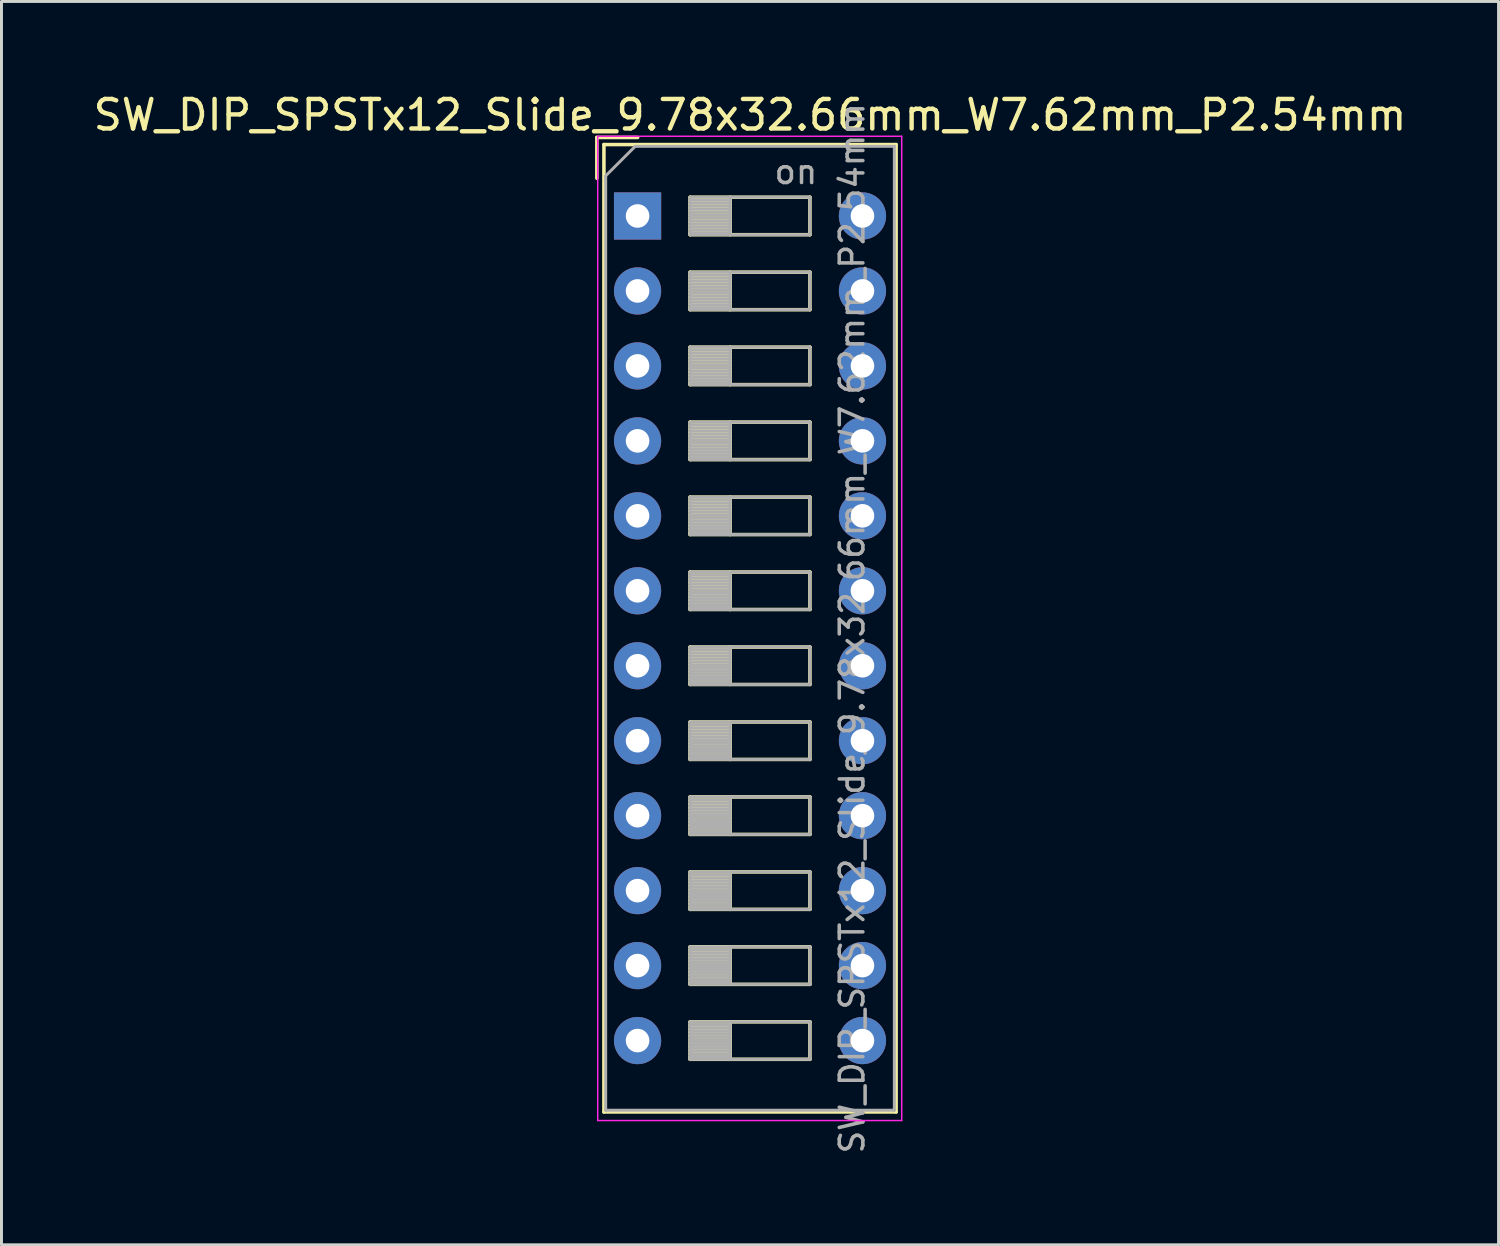
<source format=kicad_pcb>
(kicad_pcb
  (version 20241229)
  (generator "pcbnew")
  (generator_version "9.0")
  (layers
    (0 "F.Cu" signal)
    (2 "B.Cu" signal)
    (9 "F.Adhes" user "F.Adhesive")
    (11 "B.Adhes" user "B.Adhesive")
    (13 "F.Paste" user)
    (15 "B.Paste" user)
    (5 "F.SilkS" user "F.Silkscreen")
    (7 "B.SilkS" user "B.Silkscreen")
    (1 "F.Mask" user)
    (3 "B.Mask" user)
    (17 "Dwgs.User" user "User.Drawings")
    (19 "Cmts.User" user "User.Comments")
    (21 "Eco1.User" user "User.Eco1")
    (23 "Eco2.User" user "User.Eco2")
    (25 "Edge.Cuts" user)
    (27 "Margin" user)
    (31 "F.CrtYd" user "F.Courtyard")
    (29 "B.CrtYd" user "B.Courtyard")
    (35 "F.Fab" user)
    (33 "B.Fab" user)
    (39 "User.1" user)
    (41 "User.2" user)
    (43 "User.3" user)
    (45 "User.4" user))
  (footprint "SW_DIP_SPSTx12_Slide_9.78x32.66mm_W7.62mm_P2.54mm"
    (layer "F.Cu")
    (at 18.553 4.268)
    (property "Reference" "SW_DIP_SPSTx12_Slide_9.78x32.66mm_W7.62mm_P2.54mm" (at 3.81 -3.42 0) (layer "F.SilkS") (effects (font (size 1 1) (thickness 0.15))))
    (attr through_hole)
    (fp_line (start -1.38 -2.66) (end -1.38 -1.277) (stroke (width 0.12) (type solid)) (layer "F.SilkS"))
    (fp_line (start -1.38 -2.66) (end 0.004 -2.66) (stroke (width 0.12) (type solid)) (layer "F.SilkS"))
    (fp_line (start -1.14 -2.42) (end -1.14 30.36) (stroke (width 0.12) (type solid)) (layer "F.SilkS"))
    (fp_line (start -1.14 -2.42) (end 8.76 -2.42) (stroke (width 0.12) (type solid)) (layer "F.SilkS"))
    (fp_line (start -1.14 30.36) (end 8.76 30.36) (stroke (width 0.12) (type solid)) (layer "F.SilkS"))
    (fp_line (start 1.78 -0.635) (end 1.78 0.635) (stroke (width 0.12) (type solid)) (layer "F.SilkS"))
    (fp_line (start 1.78 -0.515) (end 3.133 -0.515) (stroke (width 0.12) (type solid)) (layer "F.SilkS"))
    (fp_line (start 1.78 -0.395) (end 3.133 -0.395) (stroke (width 0.12) (type solid)) (layer "F.SilkS"))
    (fp_line (start 1.78 -0.275) (end 3.133 -0.275) (stroke (width 0.12) (type solid)) (layer "F.SilkS"))
    (fp_line (start 1.78 -0.155) (end 3.133 -0.155) (stroke (width 0.12) (type solid)) (layer "F.SilkS"))
    (fp_line (start 1.78 -0.035) (end 3.133 -0.035) (stroke (width 0.12) (type solid)) (layer "F.SilkS"))
    (fp_line (start 1.78 0.085) (end 3.133 0.085) (stroke (width 0.12) (type solid)) (layer "F.SilkS"))
    (fp_line (start 1.78 0.205) (end 3.133 0.205) (stroke (width 0.12) (type solid)) (layer "F.SilkS"))
    (fp_line (start 1.78 0.325) (end 3.133 0.325) (stroke (width 0.12) (type solid)) (layer "F.SilkS"))
    (fp_line (start 1.78 0.445) (end 3.133 0.445) (stroke (width 0.12) (type solid)) (layer "F.SilkS"))
    (fp_line (start 1.78 0.565) (end 3.133 0.565) (stroke (width 0.12) (type solid)) (layer "F.SilkS"))
    (fp_line (start 1.78 0.635) (end 5.84 0.635) (stroke (width 0.12) (type solid)) (layer "F.SilkS"))
    (fp_line (start 1.78 1.905) (end 1.78 3.175) (stroke (width 0.12) (type solid)) (layer "F.SilkS"))
    (fp_line (start 1.78 2.025) (end 3.133 2.025) (stroke (width 0.12) (type solid)) (layer "F.SilkS"))
    (fp_line (start 1.78 2.145) (end 3.133 2.145) (stroke (width 0.12) (type solid)) (layer "F.SilkS"))
    (fp_line (start 1.78 2.265) (end 3.133 2.265) (stroke (width 0.12) (type solid)) (layer "F.SilkS"))
    (fp_line (start 1.78 2.385) (end 3.133 2.385) (stroke (width 0.12) (type solid)) (layer "F.SilkS"))
    (fp_line (start 1.78 2.505) (end 3.133 2.505) (stroke (width 0.12) (type solid)) (layer "F.SilkS"))
    (fp_line (start 1.78 2.625) (end 3.133 2.625) (stroke (width 0.12) (type solid)) (layer "F.SilkS"))
    (fp_line (start 1.78 2.745) (end 3.133 2.745) (stroke (width 0.12) (type solid)) (layer "F.SilkS"))
    (fp_line (start 1.78 2.865) (end 3.133 2.865) (stroke (width 0.12) (type solid)) (layer "F.SilkS"))
    (fp_line (start 1.78 2.985) (end 3.133 2.985) (stroke (width 0.12) (type solid)) (layer "F.SilkS"))
    (fp_line (start 1.78 3.105) (end 3.133 3.105) (stroke (width 0.12) (type solid)) (layer "F.SilkS"))
    (fp_line (start 1.78 3.175) (end 5.84 3.175) (stroke (width 0.12) (type solid)) (layer "F.SilkS"))
    (fp_line (start 1.78 4.445) (end 1.78 5.715) (stroke (width 0.12) (type solid)) (layer "F.SilkS"))
    (fp_line (start 1.78 4.565) (end 3.133 4.565) (stroke (width 0.12) (type solid)) (layer "F.SilkS"))
    (fp_line (start 1.78 4.685) (end 3.133 4.685) (stroke (width 0.12) (type solid)) (layer "F.SilkS"))
    (fp_line (start 1.78 4.805) (end 3.133 4.805) (stroke (width 0.12) (type solid)) (layer "F.SilkS"))
    (fp_line (start 1.78 4.925) (end 3.133 4.925) (stroke (width 0.12) (type solid)) (layer "F.SilkS"))
    (fp_line (start 1.78 5.045) (end 3.133 5.045) (stroke (width 0.12) (type solid)) (layer "F.SilkS"))
    (fp_line (start 1.78 5.165) (end 3.133 5.165) (stroke (width 0.12) (type solid)) (layer "F.SilkS"))
    (fp_line (start 1.78 5.285) (end 3.133 5.285) (stroke (width 0.12) (type solid)) (layer "F.SilkS"))
    (fp_line (start 1.78 5.405) (end 3.133 5.405) (stroke (width 0.12) (type solid)) (layer "F.SilkS"))
    (fp_line (start 1.78 5.525) (end 3.133 5.525) (stroke (width 0.12) (type solid)) (layer "F.SilkS"))
    (fp_line (start 1.78 5.645) (end 3.133 5.645) (stroke (width 0.12) (type solid)) (layer "F.SilkS"))
    (fp_line (start 1.78 5.715) (end 5.84 5.715) (stroke (width 0.12) (type solid)) (layer "F.SilkS"))
    (fp_line (start 1.78 6.985) (end 1.78 8.255) (stroke (width 0.12) (type solid)) (layer "F.SilkS"))
    (fp_line (start 1.78 7.105) (end 3.133 7.105) (stroke (width 0.12) (type solid)) (layer "F.SilkS"))
    (fp_line (start 1.78 7.225) (end 3.133 7.225) (stroke (width 0.12) (type solid)) (layer "F.SilkS"))
    (fp_line (start 1.78 7.345) (end 3.133 7.345) (stroke (width 0.12) (type solid)) (layer "F.SilkS"))
    (fp_line (start 1.78 7.465) (end 3.133 7.465) (stroke (width 0.12) (type solid)) (layer "F.SilkS"))
    (fp_line (start 1.78 7.585) (end 3.133 7.585) (stroke (width 0.12) (type solid)) (layer "F.SilkS"))
    (fp_line (start 1.78 7.705) (end 3.133 7.705) (stroke (width 0.12) (type solid)) (layer "F.SilkS"))
    (fp_line (start 1.78 7.825) (end 3.133 7.825) (stroke (width 0.12) (type solid)) (layer "F.SilkS"))
    (fp_line (start 1.78 7.945) (end 3.133 7.945) (stroke (width 0.12) (type solid)) (layer "F.SilkS"))
    (fp_line (start 1.78 8.065) (end 3.133 8.065) (stroke (width 0.12) (type solid)) (layer "F.SilkS"))
    (fp_line (start 1.78 8.185) (end 3.133 8.185) (stroke (width 0.12) (type solid)) (layer "F.SilkS"))
    (fp_line (start 1.78 8.255) (end 5.84 8.255) (stroke (width 0.12) (type solid)) (layer "F.SilkS"))
    (fp_line (start 1.78 9.525) (end 1.78 10.795) (stroke (width 0.12) (type solid)) (layer "F.SilkS"))
    (fp_line (start 1.78 9.645) (end 3.133 9.645) (stroke (width 0.12) (type solid)) (layer "F.SilkS"))
    (fp_line (start 1.78 9.765) (end 3.133 9.765) (stroke (width 0.12) (type solid)) (layer "F.SilkS"))
    (fp_line (start 1.78 9.885) (end 3.133 9.885) (stroke (width 0.12) (type solid)) (layer "F.SilkS"))
    (fp_line (start 1.78 10.005) (end 3.133 10.005) (stroke (width 0.12) (type solid)) (layer "F.SilkS"))
    (fp_line (start 1.78 10.125) (end 3.133 10.125) (stroke (width 0.12) (type solid)) (layer "F.SilkS"))
    (fp_line (start 1.78 10.245) (end 3.133 10.245) (stroke (width 0.12) (type solid)) (layer "F.SilkS"))
    (fp_line (start 1.78 10.365) (end 3.133 10.365) (stroke (width 0.12) (type solid)) (layer "F.SilkS"))
    (fp_line (start 1.78 10.485) (end 3.133 10.485) (stroke (width 0.12) (type solid)) (layer "F.SilkS"))
    (fp_line (start 1.78 10.605) (end 3.133 10.605) (stroke (width 0.12) (type solid)) (layer "F.SilkS"))
    (fp_line (start 1.78 10.725) (end 3.133 10.725) (stroke (width 0.12) (type solid)) (layer "F.SilkS"))
    (fp_line (start 1.78 10.795) (end 5.84 10.795) (stroke (width 0.12) (type solid)) (layer "F.SilkS"))
    (fp_line (start 1.78 12.065) (end 1.78 13.335) (stroke (width 0.12) (type solid)) (layer "F.SilkS"))
    (fp_line (start 1.78 12.185) (end 3.133 12.185) (stroke (width 0.12) (type solid)) (layer "F.SilkS"))
    (fp_line (start 1.78 12.305) (end 3.133 12.305) (stroke (width 0.12) (type solid)) (layer "F.SilkS"))
    (fp_line (start 1.78 12.425) (end 3.133 12.425) (stroke (width 0.12) (type solid)) (layer "F.SilkS"))
    (fp_line (start 1.78 12.545) (end 3.133 12.545) (stroke (width 0.12) (type solid)) (layer "F.SilkS"))
    (fp_line (start 1.78 12.665) (end 3.133 12.665) (stroke (width 0.12) (type solid)) (layer "F.SilkS"))
    (fp_line (start 1.78 12.785) (end 3.133 12.785) (stroke (width 0.12) (type solid)) (layer "F.SilkS"))
    (fp_line (start 1.78 12.905) (end 3.133 12.905) (stroke (width 0.12) (type solid)) (layer "F.SilkS"))
    (fp_line (start 1.78 13.025) (end 3.133 13.025) (stroke (width 0.12) (type solid)) (layer "F.SilkS"))
    (fp_line (start 1.78 13.145) (end 3.133 13.145) (stroke (width 0.12) (type solid)) (layer "F.SilkS"))
    (fp_line (start 1.78 13.265) (end 3.133 13.265) (stroke (width 0.12) (type solid)) (layer "F.SilkS"))
    (fp_line (start 1.78 13.335) (end 5.84 13.335) (stroke (width 0.12) (type solid)) (layer "F.SilkS"))
    (fp_line (start 1.78 14.605) (end 1.78 15.875) (stroke (width 0.12) (type solid)) (layer "F.SilkS"))
    (fp_line (start 1.78 14.725) (end 3.133 14.725) (stroke (width 0.12) (type solid)) (layer "F.SilkS"))
    (fp_line (start 1.78 14.845) (end 3.133 14.845) (stroke (width 0.12) (type solid)) (layer "F.SilkS"))
    (fp_line (start 1.78 14.965) (end 3.133 14.965) (stroke (width 0.12) (type solid)) (layer "F.SilkS"))
    (fp_line (start 1.78 15.085) (end 3.133 15.085) (stroke (width 0.12) (type solid)) (layer "F.SilkS"))
    (fp_line (start 1.78 15.205) (end 3.133 15.205) (stroke (width 0.12) (type solid)) (layer "F.SilkS"))
    (fp_line (start 1.78 15.325) (end 3.133 15.325) (stroke (width 0.12) (type solid)) (layer "F.SilkS"))
    (fp_line (start 1.78 15.445) (end 3.133 15.445) (stroke (width 0.12) (type solid)) (layer "F.SilkS"))
    (fp_line (start 1.78 15.565) (end 3.133 15.565) (stroke (width 0.12) (type solid)) (layer "F.SilkS"))
    (fp_line (start 1.78 15.685) (end 3.133 15.685) (stroke (width 0.12) (type solid)) (layer "F.SilkS"))
    (fp_line (start 1.78 15.805) (end 3.133 15.805) (stroke (width 0.12) (type solid)) (layer "F.SilkS"))
    (fp_line (start 1.78 15.875) (end 5.84 15.875) (stroke (width 0.12) (type solid)) (layer "F.SilkS"))
    (fp_line (start 1.78 17.145) (end 1.78 18.415) (stroke (width 0.12) (type solid)) (layer "F.SilkS"))
    (fp_line (start 1.78 17.265) (end 3.133 17.265) (stroke (width 0.12) (type solid)) (layer "F.SilkS"))
    (fp_line (start 1.78 17.385) (end 3.133 17.385) (stroke (width 0.12) (type solid)) (layer "F.SilkS"))
    (fp_line (start 1.78 17.505) (end 3.133 17.505) (stroke (width 0.12) (type solid)) (layer "F.SilkS"))
    (fp_line (start 1.78 17.625) (end 3.133 17.625) (stroke (width 0.12) (type solid)) (layer "F.SilkS"))
    (fp_line (start 1.78 17.745) (end 3.133 17.745) (stroke (width 0.12) (type solid)) (layer "F.SilkS"))
    (fp_line (start 1.78 17.865) (end 3.133 17.865) (stroke (width 0.12) (type solid)) (layer "F.SilkS"))
    (fp_line (start 1.78 17.985) (end 3.133 17.985) (stroke (width 0.12) (type solid)) (layer "F.SilkS"))
    (fp_line (start 1.78 18.105) (end 3.133 18.105) (stroke (width 0.12) (type solid)) (layer "F.SilkS"))
    (fp_line (start 1.78 18.225) (end 3.133 18.225) (stroke (width 0.12) (type solid)) (layer "F.SilkS"))
    (fp_line (start 1.78 18.345) (end 3.133 18.345) (stroke (width 0.12) (type solid)) (layer "F.SilkS"))
    (fp_line (start 1.78 18.415) (end 5.84 18.415) (stroke (width 0.12) (type solid)) (layer "F.SilkS"))
    (fp_line (start 1.78 19.685) (end 1.78 20.955) (stroke (width 0.12) (type solid)) (layer "F.SilkS"))
    (fp_line (start 1.78 19.805) (end 3.133 19.805) (stroke (width 0.12) (type solid)) (layer "F.SilkS"))
    (fp_line (start 1.78 19.925) (end 3.133 19.925) (stroke (width 0.12) (type solid)) (layer "F.SilkS"))
    (fp_line (start 1.78 20.045) (end 3.133 20.045) (stroke (width 0.12) (type solid)) (layer "F.SilkS"))
    (fp_line (start 1.78 20.165) (end 3.133 20.165) (stroke (width 0.12) (type solid)) (layer "F.SilkS"))
    (fp_line (start 1.78 20.285) (end 3.133 20.285) (stroke (width 0.12) (type solid)) (layer "F.SilkS"))
    (fp_line (start 1.78 20.405) (end 3.133 20.405) (stroke (width 0.12) (type solid)) (layer "F.SilkS"))
    (fp_line (start 1.78 20.525) (end 3.133 20.525) (stroke (width 0.12) (type solid)) (layer "F.SilkS"))
    (fp_line (start 1.78 20.645) (end 3.133 20.645) (stroke (width 0.12) (type solid)) (layer "F.SilkS"))
    (fp_line (start 1.78 20.765) (end 3.133 20.765) (stroke (width 0.12) (type solid)) (layer "F.SilkS"))
    (fp_line (start 1.78 20.885) (end 3.133 20.885) (stroke (width 0.12) (type solid)) (layer "F.SilkS"))
    (fp_line (start 1.78 20.955) (end 5.84 20.955) (stroke (width 0.12) (type solid)) (layer "F.SilkS"))
    (fp_line (start 1.78 22.225) (end 1.78 23.495) (stroke (width 0.12) (type solid)) (layer "F.SilkS"))
    (fp_line (start 1.78 22.345) (end 3.133 22.345) (stroke (width 0.12) (type solid)) (layer "F.SilkS"))
    (fp_line (start 1.78 22.465) (end 3.133 22.465) (stroke (width 0.12) (type solid)) (layer "F.SilkS"))
    (fp_line (start 1.78 22.585) (end 3.133 22.585) (stroke (width 0.12) (type solid)) (layer "F.SilkS"))
    (fp_line (start 1.78 22.705) (end 3.133 22.705) (stroke (width 0.12) (type solid)) (layer "F.SilkS"))
    (fp_line (start 1.78 22.825) (end 3.133 22.825) (stroke (width 0.12) (type solid)) (layer "F.SilkS"))
    (fp_line (start 1.78 22.945) (end 3.133 22.945) (stroke (width 0.12) (type solid)) (layer "F.SilkS"))
    (fp_line (start 1.78 23.065) (end 3.133 23.065) (stroke (width 0.12) (type solid)) (layer "F.SilkS"))
    (fp_line (start 1.78 23.185) (end 3.133 23.185) (stroke (width 0.12) (type solid)) (layer "F.SilkS"))
    (fp_line (start 1.78 23.305) (end 3.133 23.305) (stroke (width 0.12) (type solid)) (layer "F.SilkS"))
    (fp_line (start 1.78 23.425) (end 3.133 23.425) (stroke (width 0.12) (type solid)) (layer "F.SilkS"))
    (fp_line (start 1.78 23.495) (end 5.84 23.495) (stroke (width 0.12) (type solid)) (layer "F.SilkS"))
    (fp_line (start 1.78 24.765) (end 1.78 26.035) (stroke (width 0.12) (type solid)) (layer "F.SilkS"))
    (fp_line (start 1.78 24.885) (end 3.133 24.885) (stroke (width 0.12) (type solid)) (layer "F.SilkS"))
    (fp_line (start 1.78 25.005) (end 3.133 25.005) (stroke (width 0.12) (type solid)) (layer "F.SilkS"))
    (fp_line (start 1.78 25.125) (end 3.133 25.125) (stroke (width 0.12) (type solid)) (layer "F.SilkS"))
    (fp_line (start 1.78 25.245) (end 3.133 25.245) (stroke (width 0.12) (type solid)) (layer "F.SilkS"))
    (fp_line (start 1.78 25.365) (end 3.133 25.365) (stroke (width 0.12) (type solid)) (layer "F.SilkS"))
    (fp_line (start 1.78 25.485) (end 3.133 25.485) (stroke (width 0.12) (type solid)) (layer "F.SilkS"))
    (fp_line (start 1.78 25.605) (end 3.133 25.605) (stroke (width 0.12) (type solid)) (layer "F.SilkS"))
    (fp_line (start 1.78 25.725) (end 3.133 25.725) (stroke (width 0.12) (type solid)) (layer "F.SilkS"))
    (fp_line (start 1.78 25.845) (end 3.133 25.845) (stroke (width 0.12) (type solid)) (layer "F.SilkS"))
    (fp_line (start 1.78 25.965) (end 3.133 25.965) (stroke (width 0.12) (type solid)) (layer "F.SilkS"))
    (fp_line (start 1.78 26.035) (end 5.84 26.035) (stroke (width 0.12) (type solid)) (layer "F.SilkS"))
    (fp_line (start 1.78 27.305) (end 1.78 28.575) (stroke (width 0.12) (type solid)) (layer "F.SilkS"))
    (fp_line (start 1.78 27.425) (end 3.133 27.425) (stroke (width 0.12) (type solid)) (layer "F.SilkS"))
    (fp_line (start 1.78 27.545) (end 3.133 27.545) (stroke (width 0.12) (type solid)) (layer "F.SilkS"))
    (fp_line (start 1.78 27.665) (end 3.133 27.665) (stroke (width 0.12) (type solid)) (layer "F.SilkS"))
    (fp_line (start 1.78 27.785) (end 3.133 27.785) (stroke (width 0.12) (type solid)) (layer "F.SilkS"))
    (fp_line (start 1.78 27.905) (end 3.133 27.905) (stroke (width 0.12) (type solid)) (layer "F.SilkS"))
    (fp_line (start 1.78 28.025) (end 3.133 28.025) (stroke (width 0.12) (type solid)) (layer "F.SilkS"))
    (fp_line (start 1.78 28.145) (end 3.133 28.145) (stroke (width 0.12) (type solid)) (layer "F.SilkS"))
    (fp_line (start 1.78 28.265) (end 3.133 28.265) (stroke (width 0.12) (type solid)) (layer "F.SilkS"))
    (fp_line (start 1.78 28.385) (end 3.133 28.385) (stroke (width 0.12) (type solid)) (layer "F.SilkS"))
    (fp_line (start 1.78 28.505) (end 3.133 28.505) (stroke (width 0.12) (type solid)) (layer "F.SilkS"))
    (fp_line (start 1.78 28.575) (end 5.84 28.575) (stroke (width 0.12) (type solid)) (layer "F.SilkS"))
    (fp_line (start 3.133 -0.635) (end 3.133 0.635) (stroke (width 0.12) (type solid)) (layer "F.SilkS"))
    (fp_line (start 3.133 1.905) (end 3.133 3.175) (stroke (width 0.12) (type solid)) (layer "F.SilkS"))
    (fp_line (start 3.133 4.445) (end 3.133 5.715) (stroke (width 0.12) (type solid)) (layer "F.SilkS"))
    (fp_line (start 3.133 6.985) (end 3.133 8.255) (stroke (width 0.12) (type solid)) (layer "F.SilkS"))
    (fp_line (start 3.133 9.525) (end 3.133 10.795) (stroke (width 0.12) (type solid)) (layer "F.SilkS"))
    (fp_line (start 3.133 12.065) (end 3.133 13.335) (stroke (width 0.12) (type solid)) (layer "F.SilkS"))
    (fp_line (start 3.133 14.605) (end 3.133 15.875) (stroke (width 0.12) (type solid)) (layer "F.SilkS"))
    (fp_line (start 3.133 17.145) (end 3.133 18.415) (stroke (width 0.12) (type solid)) (layer "F.SilkS"))
    (fp_line (start 3.133 19.685) (end 3.133 20.955) (stroke (width 0.12) (type solid)) (layer "F.SilkS"))
    (fp_line (start 3.133 22.225) (end 3.133 23.495) (stroke (width 0.12) (type solid)) (layer "F.SilkS"))
    (fp_line (start 3.133 24.765) (end 3.133 26.035) (stroke (width 0.12) (type solid)) (layer "F.SilkS"))
    (fp_line (start 3.133 27.305) (end 3.133 28.575) (stroke (width 0.12) (type solid)) (layer "F.SilkS"))
    (fp_line (start 5.84 -0.635) (end 1.78 -0.635) (stroke (width 0.12) (type solid)) (layer "F.SilkS"))
    (fp_line (start 5.84 0.635) (end 5.84 -0.635) (stroke (width 0.12) (type solid)) (layer "F.SilkS"))
    (fp_line (start 5.84 1.905) (end 1.78 1.905) (stroke (width 0.12) (type solid)) (layer "F.SilkS"))
    (fp_line (start 5.84 3.175) (end 5.84 1.905) (stroke (width 0.12) (type solid)) (layer "F.SilkS"))
    (fp_line (start 5.84 4.445) (end 1.78 4.445) (stroke (width 0.12) (type solid)) (layer "F.SilkS"))
    (fp_line (start 5.84 5.715) (end 5.84 4.445) (stroke (width 0.12) (type solid)) (layer "F.SilkS"))
    (fp_line (start 5.84 6.985) (end 1.78 6.985) (stroke (width 0.12) (type solid)) (layer "F.SilkS"))
    (fp_line (start 5.84 8.255) (end 5.84 6.985) (stroke (width 0.12) (type solid)) (layer "F.SilkS"))
    (fp_line (start 5.84 9.525) (end 1.78 9.525) (stroke (width 0.12) (type solid)) (layer "F.SilkS"))
    (fp_line (start 5.84 10.795) (end 5.84 9.525) (stroke (width 0.12) (type solid)) (layer "F.SilkS"))
    (fp_line (start 5.84 12.065) (end 1.78 12.065) (stroke (width 0.12) (type solid)) (layer "F.SilkS"))
    (fp_line (start 5.84 13.335) (end 5.84 12.065) (stroke (width 0.12) (type solid)) (layer "F.SilkS"))
    (fp_line (start 5.84 14.605) (end 1.78 14.605) (stroke (width 0.12) (type solid)) (layer "F.SilkS"))
    (fp_line (start 5.84 15.875) (end 5.84 14.605) (stroke (width 0.12) (type solid)) (layer "F.SilkS"))
    (fp_line (start 5.84 17.145) (end 1.78 17.145) (stroke (width 0.12) (type solid)) (layer "F.SilkS"))
    (fp_line (start 5.84 18.415) (end 5.84 17.145) (stroke (width 0.12) (type solid)) (layer "F.SilkS"))
    (fp_line (start 5.84 19.685) (end 1.78 19.685) (stroke (width 0.12) (type solid)) (layer "F.SilkS"))
    (fp_line (start 5.84 20.955) (end 5.84 19.685) (stroke (width 0.12) (type solid)) (layer "F.SilkS"))
    (fp_line (start 5.84 22.225) (end 1.78 22.225) (stroke (width 0.12) (type solid)) (layer "F.SilkS"))
    (fp_line (start 5.84 23.495) (end 5.84 22.225) (stroke (width 0.12) (type solid)) (layer "F.SilkS"))
    (fp_line (start 5.84 24.765) (end 1.78 24.765) (stroke (width 0.12) (type solid)) (layer "F.SilkS"))
    (fp_line (start 5.84 26.035) (end 5.84 24.765) (stroke (width 0.12) (type solid)) (layer "F.SilkS"))
    (fp_line (start 5.84 27.305) (end 1.78 27.305) (stroke (width 0.12) (type solid)) (layer "F.SilkS"))
    (fp_line (start 5.84 28.575) (end 5.84 27.305) (stroke (width 0.12) (type solid)) (layer "F.SilkS"))
    (fp_line (start 8.76 -2.42) (end 8.76 30.36) (stroke (width 0.12) (type solid)) (layer "F.SilkS"))
    (fp_line (start -1.35 -2.7) (end -1.35 30.65) (stroke (width 0.05) (type solid)) (layer "F.CrtYd"))
    (fp_line (start -1.35 30.65) (end 8.95 30.65) (stroke (width 0.05) (type solid)) (layer "F.CrtYd"))
    (fp_line (start 8.95 -2.7) (end -1.35 -2.7) (stroke (width 0.05) (type solid)) (layer "F.CrtYd"))
    (fp_line (start 8.95 30.65) (end 8.95 -2.7) (stroke (width 0.05) (type solid)) (layer "F.CrtYd"))
    (fp_line (start -1.08 -1.36) (end -0.08 -2.36) (stroke (width 0.1) (type solid)) (layer "F.Fab"))
    (fp_line (start -1.08 30.3) (end -1.08 -1.36) (stroke (width 0.1) (type solid)) (layer "F.Fab"))
    (fp_line (start -0.08 -2.36) (end 8.7 -2.36) (stroke (width 0.1) (type solid)) (layer "F.Fab"))
    (fp_line (start 1.78 -0.635) (end 1.78 0.635) (stroke (width 0.1) (type solid)) (layer "F.Fab"))
    (fp_line (start 1.78 -0.535) (end 3.133 -0.535) (stroke (width 0.1) (type solid)) (layer "F.Fab"))
    (fp_line (start 1.78 -0.435) (end 3.133 -0.435) (stroke (width 0.1) (type solid)) (layer "F.Fab"))
    (fp_line (start 1.78 -0.335) (end 3.133 -0.335) (stroke (width 0.1) (type solid)) (layer "F.Fab"))
    (fp_line (start 1.78 -0.235) (end 3.133 -0.235) (stroke (width 0.1) (type solid)) (layer "F.Fab"))
    (fp_line (start 1.78 -0.135) (end 3.133 -0.135) (stroke (width 0.1) (type solid)) (layer "F.Fab"))
    (fp_line (start 1.78 -0.035) (end 3.133 -0.035) (stroke (width 0.1) (type solid)) (layer "F.Fab"))
    (fp_line (start 1.78 0.065) (end 3.133 0.065) (stroke (width 0.1) (type solid)) (layer "F.Fab"))
    (fp_line (start 1.78 0.165) (end 3.133 0.165) (stroke (width 0.1) (type solid)) (layer "F.Fab"))
    (fp_line (start 1.78 0.265) (end 3.133 0.265) (stroke (width 0.1) (type solid)) (layer "F.Fab"))
    (fp_line (start 1.78 0.365) (end 3.133 0.365) (stroke (width 0.1) (type solid)) (layer "F.Fab"))
    (fp_line (start 1.78 0.465) (end 3.133 0.465) (stroke (width 0.1) (type solid)) (layer "F.Fab"))
    (fp_line (start 1.78 0.565) (end 3.133 0.565) (stroke (width 0.1) (type solid)) (layer "F.Fab"))
    (fp_line (start 1.78 0.635) (end 5.84 0.635) (stroke (width 0.1) (type solid)) (layer "F.Fab"))
    (fp_line (start 1.78 1.905) (end 1.78 3.175) (stroke (width 0.1) (type solid)) (layer "F.Fab"))
    (fp_line (start 1.78 2.005) (end 3.133 2.005) (stroke (width 0.1) (type solid)) (layer "F.Fab"))
    (fp_line (start 1.78 2.105) (end 3.133 2.105) (stroke (width 0.1) (type solid)) (layer "F.Fab"))
    (fp_line (start 1.78 2.205) (end 3.133 2.205) (stroke (width 0.1) (type solid)) (layer "F.Fab"))
    (fp_line (start 1.78 2.305) (end 3.133 2.305) (stroke (width 0.1) (type solid)) (layer "F.Fab"))
    (fp_line (start 1.78 2.405) (end 3.133 2.405) (stroke (width 0.1) (type solid)) (layer "F.Fab"))
    (fp_line (start 1.78 2.505) (end 3.133 2.505) (stroke (width 0.1) (type solid)) (layer "F.Fab"))
    (fp_line (start 1.78 2.605) (end 3.133 2.605) (stroke (width 0.1) (type solid)) (layer "F.Fab"))
    (fp_line (start 1.78 2.705) (end 3.133 2.705) (stroke (width 0.1) (type solid)) (layer "F.Fab"))
    (fp_line (start 1.78 2.805) (end 3.133 2.805) (stroke (width 0.1) (type solid)) (layer "F.Fab"))
    (fp_line (start 1.78 2.905) (end 3.133 2.905) (stroke (width 0.1) (type solid)) (layer "F.Fab"))
    (fp_line (start 1.78 3.005) (end 3.133 3.005) (stroke (width 0.1) (type solid)) (layer "F.Fab"))
    (fp_line (start 1.78 3.105) (end 3.133 3.105) (stroke (width 0.1) (type solid)) (layer "F.Fab"))
    (fp_line (start 1.78 3.175) (end 5.84 3.175) (stroke (width 0.1) (type solid)) (layer "F.Fab"))
    (fp_line (start 1.78 4.445) (end 1.78 5.715) (stroke (width 0.1) (type solid)) (layer "F.Fab"))
    (fp_line (start 1.78 4.545) (end 3.133 4.545) (stroke (width 0.1) (type solid)) (layer "F.Fab"))
    (fp_line (start 1.78 4.645) (end 3.133 4.645) (stroke (width 0.1) (type solid)) (layer "F.Fab"))
    (fp_line (start 1.78 4.745) (end 3.133 4.745) (stroke (width 0.1) (type solid)) (layer "F.Fab"))
    (fp_line (start 1.78 4.845) (end 3.133 4.845) (stroke (width 0.1) (type solid)) (layer "F.Fab"))
    (fp_line (start 1.78 4.945) (end 3.133 4.945) (stroke (width 0.1) (type solid)) (layer "F.Fab"))
    (fp_line (start 1.78 5.045) (end 3.133 5.045) (stroke (width 0.1) (type solid)) (layer "F.Fab"))
    (fp_line (start 1.78 5.145) (end 3.133 5.145) (stroke (width 0.1) (type solid)) (layer "F.Fab"))
    (fp_line (start 1.78 5.245) (end 3.133 5.245) (stroke (width 0.1) (type solid)) (layer "F.Fab"))
    (fp_line (start 1.78 5.345) (end 3.133 5.345) (stroke (width 0.1) (type solid)) (layer "F.Fab"))
    (fp_line (start 1.78 5.445) (end 3.133 5.445) (stroke (width 0.1) (type solid)) (layer "F.Fab"))
    (fp_line (start 1.78 5.545) (end 3.133 5.545) (stroke (width 0.1) (type solid)) (layer "F.Fab"))
    (fp_line (start 1.78 5.645) (end 3.133 5.645) (stroke (width 0.1) (type solid)) (layer "F.Fab"))
    (fp_line (start 1.78 5.715) (end 5.84 5.715) (stroke (width 0.1) (type solid)) (layer "F.Fab"))
    (fp_line (start 1.78 6.985) (end 1.78 8.255) (stroke (width 0.1) (type solid)) (layer "F.Fab"))
    (fp_line (start 1.78 7.085) (end 3.133 7.085) (stroke (width 0.1) (type solid)) (layer "F.Fab"))
    (fp_line (start 1.78 7.185) (end 3.133 7.185) (stroke (width 0.1) (type solid)) (layer "F.Fab"))
    (fp_line (start 1.78 7.285) (end 3.133 7.285) (stroke (width 0.1) (type solid)) (layer "F.Fab"))
    (fp_line (start 1.78 7.385) (end 3.133 7.385) (stroke (width 0.1) (type solid)) (layer "F.Fab"))
    (fp_line (start 1.78 7.485) (end 3.133 7.485) (stroke (width 0.1) (type solid)) (layer "F.Fab"))
    (fp_line (start 1.78 7.585) (end 3.133 7.585) (stroke (width 0.1) (type solid)) (layer "F.Fab"))
    (fp_line (start 1.78 7.685) (end 3.133 7.685) (stroke (width 0.1) (type solid)) (layer "F.Fab"))
    (fp_line (start 1.78 7.785) (end 3.133 7.785) (stroke (width 0.1) (type solid)) (layer "F.Fab"))
    (fp_line (start 1.78 7.885) (end 3.133 7.885) (stroke (width 0.1) (type solid)) (layer "F.Fab"))
    (fp_line (start 1.78 7.985) (end 3.133 7.985) (stroke (width 0.1) (type solid)) (layer "F.Fab"))
    (fp_line (start 1.78 8.085) (end 3.133 8.085) (stroke (width 0.1) (type solid)) (layer "F.Fab"))
    (fp_line (start 1.78 8.185) (end 3.133 8.185) (stroke (width 0.1) (type solid)) (layer "F.Fab"))
    (fp_line (start 1.78 8.255) (end 5.84 8.255) (stroke (width 0.1) (type solid)) (layer "F.Fab"))
    (fp_line (start 1.78 9.525) (end 1.78 10.795) (stroke (width 0.1) (type solid)) (layer "F.Fab"))
    (fp_line (start 1.78 9.625) (end 3.133 9.625) (stroke (width 0.1) (type solid)) (layer "F.Fab"))
    (fp_line (start 1.78 9.725) (end 3.133 9.725) (stroke (width 0.1) (type solid)) (layer "F.Fab"))
    (fp_line (start 1.78 9.825) (end 3.133 9.825) (stroke (width 0.1) (type solid)) (layer "F.Fab"))
    (fp_line (start 1.78 9.925) (end 3.133 9.925) (stroke (width 0.1) (type solid)) (layer "F.Fab"))
    (fp_line (start 1.78 10.025) (end 3.133 10.025) (stroke (width 0.1) (type solid)) (layer "F.Fab"))
    (fp_line (start 1.78 10.125) (end 3.133 10.125) (stroke (width 0.1) (type solid)) (layer "F.Fab"))
    (fp_line (start 1.78 10.225) (end 3.133 10.225) (stroke (width 0.1) (type solid)) (layer "F.Fab"))
    (fp_line (start 1.78 10.325) (end 3.133 10.325) (stroke (width 0.1) (type solid)) (layer "F.Fab"))
    (fp_line (start 1.78 10.425) (end 3.133 10.425) (stroke (width 0.1) (type solid)) (layer "F.Fab"))
    (fp_line (start 1.78 10.525) (end 3.133 10.525) (stroke (width 0.1) (type solid)) (layer "F.Fab"))
    (fp_line (start 1.78 10.625) (end 3.133 10.625) (stroke (width 0.1) (type solid)) (layer "F.Fab"))
    (fp_line (start 1.78 10.725) (end 3.133 10.725) (stroke (width 0.1) (type solid)) (layer "F.Fab"))
    (fp_line (start 1.78 10.795) (end 5.84 10.795) (stroke (width 0.1) (type solid)) (layer "F.Fab"))
    (fp_line (start 1.78 12.065) (end 1.78 13.335) (stroke (width 0.1) (type solid)) (layer "F.Fab"))
    (fp_line (start 1.78 12.165) (end 3.133 12.165) (stroke (width 0.1) (type solid)) (layer "F.Fab"))
    (fp_line (start 1.78 12.265) (end 3.133 12.265) (stroke (width 0.1) (type solid)) (layer "F.Fab"))
    (fp_line (start 1.78 12.365) (end 3.133 12.365) (stroke (width 0.1) (type solid)) (layer "F.Fab"))
    (fp_line (start 1.78 12.465) (end 3.133 12.465) (stroke (width 0.1) (type solid)) (layer "F.Fab"))
    (fp_line (start 1.78 12.565) (end 3.133 12.565) (stroke (width 0.1) (type solid)) (layer "F.Fab"))
    (fp_line (start 1.78 12.665) (end 3.133 12.665) (stroke (width 0.1) (type solid)) (layer "F.Fab"))
    (fp_line (start 1.78 12.765) (end 3.133 12.765) (stroke (width 0.1) (type solid)) (layer "F.Fab"))
    (fp_line (start 1.78 12.865) (end 3.133 12.865) (stroke (width 0.1) (type solid)) (layer "F.Fab"))
    (fp_line (start 1.78 12.965) (end 3.133 12.965) (stroke (width 0.1) (type solid)) (layer "F.Fab"))
    (fp_line (start 1.78 13.065) (end 3.133 13.065) (stroke (width 0.1) (type solid)) (layer "F.Fab"))
    (fp_line (start 1.78 13.165) (end 3.133 13.165) (stroke (width 0.1) (type solid)) (layer "F.Fab"))
    (fp_line (start 1.78 13.265) (end 3.133 13.265) (stroke (width 0.1) (type solid)) (layer "F.Fab"))
    (fp_line (start 1.78 13.335) (end 5.84 13.335) (stroke (width 0.1) (type solid)) (layer "F.Fab"))
    (fp_line (start 1.78 14.605) (end 1.78 15.875) (stroke (width 0.1) (type solid)) (layer "F.Fab"))
    (fp_line (start 1.78 14.705) (end 3.133 14.705) (stroke (width 0.1) (type solid)) (layer "F.Fab"))
    (fp_line (start 1.78 14.805) (end 3.133 14.805) (stroke (width 0.1) (type solid)) (layer "F.Fab"))
    (fp_line (start 1.78 14.905) (end 3.133 14.905) (stroke (width 0.1) (type solid)) (layer "F.Fab"))
    (fp_line (start 1.78 15.005) (end 3.133 15.005) (stroke (width 0.1) (type solid)) (layer "F.Fab"))
    (fp_line (start 1.78 15.105) (end 3.133 15.105) (stroke (width 0.1) (type solid)) (layer "F.Fab"))
    (fp_line (start 1.78 15.205) (end 3.133 15.205) (stroke (width 0.1) (type solid)) (layer "F.Fab"))
    (fp_line (start 1.78 15.305) (end 3.133 15.305) (stroke (width 0.1) (type solid)) (layer "F.Fab"))
    (fp_line (start 1.78 15.405) (end 3.133 15.405) (stroke (width 0.1) (type solid)) (layer "F.Fab"))
    (fp_line (start 1.78 15.505) (end 3.133 15.505) (stroke (width 0.1) (type solid)) (layer "F.Fab"))
    (fp_line (start 1.78 15.605) (end 3.133 15.605) (stroke (width 0.1) (type solid)) (layer "F.Fab"))
    (fp_line (start 1.78 15.705) (end 3.133 15.705) (stroke (width 0.1) (type solid)) (layer "F.Fab"))
    (fp_line (start 1.78 15.805) (end 3.133 15.805) (stroke (width 0.1) (type solid)) (layer "F.Fab"))
    (fp_line (start 1.78 15.875) (end 5.84 15.875) (stroke (width 0.1) (type solid)) (layer "F.Fab"))
    (fp_line (start 1.78 17.145) (end 1.78 18.415) (stroke (width 0.1) (type solid)) (layer "F.Fab"))
    (fp_line (start 1.78 17.245) (end 3.133 17.245) (stroke (width 0.1) (type solid)) (layer "F.Fab"))
    (fp_line (start 1.78 17.345) (end 3.133 17.345) (stroke (width 0.1) (type solid)) (layer "F.Fab"))
    (fp_line (start 1.78 17.445) (end 3.133 17.445) (stroke (width 0.1) (type solid)) (layer "F.Fab"))
    (fp_line (start 1.78 17.545) (end 3.133 17.545) (stroke (width 0.1) (type solid)) (layer "F.Fab"))
    (fp_line (start 1.78 17.645) (end 3.133 17.645) (stroke (width 0.1) (type solid)) (layer "F.Fab"))
    (fp_line (start 1.78 17.745) (end 3.133 17.745) (stroke (width 0.1) (type solid)) (layer "F.Fab"))
    (fp_line (start 1.78 17.845) (end 3.133 17.845) (stroke (width 0.1) (type solid)) (layer "F.Fab"))
    (fp_line (start 1.78 17.945) (end 3.133 17.945) (stroke (width 0.1) (type solid)) (layer "F.Fab"))
    (fp_line (start 1.78 18.045) (end 3.133 18.045) (stroke (width 0.1) (type solid)) (layer "F.Fab"))
    (fp_line (start 1.78 18.145) (end 3.133 18.145) (stroke (width 0.1) (type solid)) (layer "F.Fab"))
    (fp_line (start 1.78 18.245) (end 3.133 18.245) (stroke (width 0.1) (type solid)) (layer "F.Fab"))
    (fp_line (start 1.78 18.345) (end 3.133 18.345) (stroke (width 0.1) (type solid)) (layer "F.Fab"))
    (fp_line (start 1.78 18.415) (end 5.84 18.415) (stroke (width 0.1) (type solid)) (layer "F.Fab"))
    (fp_line (start 1.78 19.685) (end 1.78 20.955) (stroke (width 0.1) (type solid)) (layer "F.Fab"))
    (fp_line (start 1.78 19.785) (end 3.133 19.785) (stroke (width 0.1) (type solid)) (layer "F.Fab"))
    (fp_line (start 1.78 19.885) (end 3.133 19.885) (stroke (width 0.1) (type solid)) (layer "F.Fab"))
    (fp_line (start 1.78 19.985) (end 3.133 19.985) (stroke (width 0.1) (type solid)) (layer "F.Fab"))
    (fp_line (start 1.78 20.085) (end 3.133 20.085) (stroke (width 0.1) (type solid)) (layer "F.Fab"))
    (fp_line (start 1.78 20.185) (end 3.133 20.185) (stroke (width 0.1) (type solid)) (layer "F.Fab"))
    (fp_line (start 1.78 20.285) (end 3.133 20.285) (stroke (width 0.1) (type solid)) (layer "F.Fab"))
    (fp_line (start 1.78 20.385) (end 3.133 20.385) (stroke (width 0.1) (type solid)) (layer "F.Fab"))
    (fp_line (start 1.78 20.485) (end 3.133 20.485) (stroke (width 0.1) (type solid)) (layer "F.Fab"))
    (fp_line (start 1.78 20.585) (end 3.133 20.585) (stroke (width 0.1) (type solid)) (layer "F.Fab"))
    (fp_line (start 1.78 20.685) (end 3.133 20.685) (stroke (width 0.1) (type solid)) (layer "F.Fab"))
    (fp_line (start 1.78 20.785) (end 3.133 20.785) (stroke (width 0.1) (type solid)) (layer "F.Fab"))
    (fp_line (start 1.78 20.885) (end 3.133 20.885) (stroke (width 0.1) (type solid)) (layer "F.Fab"))
    (fp_line (start 1.78 20.955) (end 5.84 20.955) (stroke (width 0.1) (type solid)) (layer "F.Fab"))
    (fp_line (start 1.78 22.225) (end 1.78 23.495) (stroke (width 0.1) (type solid)) (layer "F.Fab"))
    (fp_line (start 1.78 22.325) (end 3.133 22.325) (stroke (width 0.1) (type solid)) (layer "F.Fab"))
    (fp_line (start 1.78 22.425) (end 3.133 22.425) (stroke (width 0.1) (type solid)) (layer "F.Fab"))
    (fp_line (start 1.78 22.525) (end 3.133 22.525) (stroke (width 0.1) (type solid)) (layer "F.Fab"))
    (fp_line (start 1.78 22.625) (end 3.133 22.625) (stroke (width 0.1) (type solid)) (layer "F.Fab"))
    (fp_line (start 1.78 22.725) (end 3.133 22.725) (stroke (width 0.1) (type solid)) (layer "F.Fab"))
    (fp_line (start 1.78 22.825) (end 3.133 22.825) (stroke (width 0.1) (type solid)) (layer "F.Fab"))
    (fp_line (start 1.78 22.925) (end 3.133 22.925) (stroke (width 0.1) (type solid)) (layer "F.Fab"))
    (fp_line (start 1.78 23.025) (end 3.133 23.025) (stroke (width 0.1) (type solid)) (layer "F.Fab"))
    (fp_line (start 1.78 23.125) (end 3.133 23.125) (stroke (width 0.1) (type solid)) (layer "F.Fab"))
    (fp_line (start 1.78 23.225) (end 3.133 23.225) (stroke (width 0.1) (type solid)) (layer "F.Fab"))
    (fp_line (start 1.78 23.325) (end 3.133 23.325) (stroke (width 0.1) (type solid)) (layer "F.Fab"))
    (fp_line (start 1.78 23.425) (end 3.133 23.425) (stroke (width 0.1) (type solid)) (layer "F.Fab"))
    (fp_line (start 1.78 23.495) (end 5.84 23.495) (stroke (width 0.1) (type solid)) (layer "F.Fab"))
    (fp_line (start 1.78 24.765) (end 1.78 26.035) (stroke (width 0.1) (type solid)) (layer "F.Fab"))
    (fp_line (start 1.78 24.865) (end 3.133 24.865) (stroke (width 0.1) (type solid)) (layer "F.Fab"))
    (fp_line (start 1.78 24.965) (end 3.133 24.965) (stroke (width 0.1) (type solid)) (layer "F.Fab"))
    (fp_line (start 1.78 25.065) (end 3.133 25.065) (stroke (width 0.1) (type solid)) (layer "F.Fab"))
    (fp_line (start 1.78 25.165) (end 3.133 25.165) (stroke (width 0.1) (type solid)) (layer "F.Fab"))
    (fp_line (start 1.78 25.265) (end 3.133 25.265) (stroke (width 0.1) (type solid)) (layer "F.Fab"))
    (fp_line (start 1.78 25.365) (end 3.133 25.365) (stroke (width 0.1) (type solid)) (layer "F.Fab"))
    (fp_line (start 1.78 25.465) (end 3.133 25.465) (stroke (width 0.1) (type solid)) (layer "F.Fab"))
    (fp_line (start 1.78 25.565) (end 3.133 25.565) (stroke (width 0.1) (type solid)) (layer "F.Fab"))
    (fp_line (start 1.78 25.665) (end 3.133 25.665) (stroke (width 0.1) (type solid)) (layer "F.Fab"))
    (fp_line (start 1.78 25.765) (end 3.133 25.765) (stroke (width 0.1) (type solid)) (layer "F.Fab"))
    (fp_line (start 1.78 25.865) (end 3.133 25.865) (stroke (width 0.1) (type solid)) (layer "F.Fab"))
    (fp_line (start 1.78 25.965) (end 3.133 25.965) (stroke (width 0.1) (type solid)) (layer "F.Fab"))
    (fp_line (start 1.78 26.035) (end 5.84 26.035) (stroke (width 0.1) (type solid)) (layer "F.Fab"))
    (fp_line (start 1.78 27.305) (end 1.78 28.575) (stroke (width 0.1) (type solid)) (layer "F.Fab"))
    (fp_line (start 1.78 27.405) (end 3.133 27.405) (stroke (width 0.1) (type solid)) (layer "F.Fab"))
    (fp_line (start 1.78 27.505) (end 3.133 27.505) (stroke (width 0.1) (type solid)) (layer "F.Fab"))
    (fp_line (start 1.78 27.605) (end 3.133 27.605) (stroke (width 0.1) (type solid)) (layer "F.Fab"))
    (fp_line (start 1.78 27.705) (end 3.133 27.705) (stroke (width 0.1) (type solid)) (layer "F.Fab"))
    (fp_line (start 1.78 27.805) (end 3.133 27.805) (stroke (width 0.1) (type solid)) (layer "F.Fab"))
    (fp_line (start 1.78 27.905) (end 3.133 27.905) (stroke (width 0.1) (type solid)) (layer "F.Fab"))
    (fp_line (start 1.78 28.005) (end 3.133 28.005) (stroke (width 0.1) (type solid)) (layer "F.Fab"))
    (fp_line (start 1.78 28.105) (end 3.133 28.105) (stroke (width 0.1) (type solid)) (layer "F.Fab"))
    (fp_line (start 1.78 28.205) (end 3.133 28.205) (stroke (width 0.1) (type solid)) (layer "F.Fab"))
    (fp_line (start 1.78 28.305) (end 3.133 28.305) (stroke (width 0.1) (type solid)) (layer "F.Fab"))
    (fp_line (start 1.78 28.405) (end 3.133 28.405) (stroke (width 0.1) (type solid)) (layer "F.Fab"))
    (fp_line (start 1.78 28.505) (end 3.133 28.505) (stroke (width 0.1) (type solid)) (layer "F.Fab"))
    (fp_line (start 1.78 28.575) (end 5.84 28.575) (stroke (width 0.1) (type solid)) (layer "F.Fab"))
    (fp_line (start 3.133 -0.635) (end 3.133 0.635) (stroke (width 0.1) (type solid)) (layer "F.Fab"))
    (fp_line (start 3.133 1.905) (end 3.133 3.175) (stroke (width 0.1) (type solid)) (layer "F.Fab"))
    (fp_line (start 3.133 4.445) (end 3.133 5.715) (stroke (width 0.1) (type solid)) (layer "F.Fab"))
    (fp_line (start 3.133 6.985) (end 3.133 8.255) (stroke (width 0.1) (type solid)) (layer "F.Fab"))
    (fp_line (start 3.133 9.525) (end 3.133 10.795) (stroke (width 0.1) (type solid)) (layer "F.Fab"))
    (fp_line (start 3.133 12.065) (end 3.133 13.335) (stroke (width 0.1) (type solid)) (layer "F.Fab"))
    (fp_line (start 3.133 14.605) (end 3.133 15.875) (stroke (width 0.1) (type solid)) (layer "F.Fab"))
    (fp_line (start 3.133 17.145) (end 3.133 18.415) (stroke (width 0.1) (type solid)) (layer "F.Fab"))
    (fp_line (start 3.133 19.685) (end 3.133 20.955) (stroke (width 0.1) (type solid)) (layer "F.Fab"))
    (fp_line (start 3.133 22.225) (end 3.133 23.495) (stroke (width 0.1) (type solid)) (layer "F.Fab"))
    (fp_line (start 3.133 24.765) (end 3.133 26.035) (stroke (width 0.1) (type solid)) (layer "F.Fab"))
    (fp_line (start 3.133 27.305) (end 3.133 28.575) (stroke (width 0.1) (type solid)) (layer "F.Fab"))
    (fp_line (start 5.84 -0.635) (end 1.78 -0.635) (stroke (width 0.1) (type solid)) (layer "F.Fab"))
    (fp_line (start 5.84 0.635) (end 5.84 -0.635) (stroke (width 0.1) (type solid)) (layer "F.Fab"))
    (fp_line (start 5.84 1.905) (end 1.78 1.905) (stroke (width 0.1) (type solid)) (layer "F.Fab"))
    (fp_line (start 5.84 3.175) (end 5.84 1.905) (stroke (width 0.1) (type solid)) (layer "F.Fab"))
    (fp_line (start 5.84 4.445) (end 1.78 4.445) (stroke (width 0.1) (type solid)) (layer "F.Fab"))
    (fp_line (start 5.84 5.715) (end 5.84 4.445) (stroke (width 0.1) (type solid)) (layer "F.Fab"))
    (fp_line (start 5.84 6.985) (end 1.78 6.985) (stroke (width 0.1) (type solid)) (layer "F.Fab"))
    (fp_line (start 5.84 8.255) (end 5.84 6.985) (stroke (width 0.1) (type solid)) (layer "F.Fab"))
    (fp_line (start 5.84 9.525) (end 1.78 9.525) (stroke (width 0.1) (type solid)) (layer "F.Fab"))
    (fp_line (start 5.84 10.795) (end 5.84 9.525) (stroke (width 0.1) (type solid)) (layer "F.Fab"))
    (fp_line (start 5.84 12.065) (end 1.78 12.065) (stroke (width 0.1) (type solid)) (layer "F.Fab"))
    (fp_line (start 5.84 13.335) (end 5.84 12.065) (stroke (width 0.1) (type solid)) (layer "F.Fab"))
    (fp_line (start 5.84 14.605) (end 1.78 14.605) (stroke (width 0.1) (type solid)) (layer "F.Fab"))
    (fp_line (start 5.84 15.875) (end 5.84 14.605) (stroke (width 0.1) (type solid)) (layer "F.Fab"))
    (fp_line (start 5.84 17.145) (end 1.78 17.145) (stroke (width 0.1) (type solid)) (layer "F.Fab"))
    (fp_line (start 5.84 18.415) (end 5.84 17.145) (stroke (width 0.1) (type solid)) (layer "F.Fab"))
    (fp_line (start 5.84 19.685) (end 1.78 19.685) (stroke (width 0.1) (type solid)) (layer "F.Fab"))
    (fp_line (start 5.84 20.955) (end 5.84 19.685) (stroke (width 0.1) (type solid)) (layer "F.Fab"))
    (fp_line (start 5.84 22.225) (end 1.78 22.225) (stroke (width 0.1) (type solid)) (layer "F.Fab"))
    (fp_line (start 5.84 23.495) (end 5.84 22.225) (stroke (width 0.1) (type solid)) (layer "F.Fab"))
    (fp_line (start 5.84 24.765) (end 1.78 24.765) (stroke (width 0.1) (type solid)) (layer "F.Fab"))
    (fp_line (start 5.84 26.035) (end 5.84 24.765) (stroke (width 0.1) (type solid)) (layer "F.Fab"))
    (fp_line (start 5.84 27.305) (end 1.78 27.305) (stroke (width 0.1) (type solid)) (layer "F.Fab"))
    (fp_line (start 5.84 28.575) (end 5.84 27.305) (stroke (width 0.1) (type solid)) (layer "F.Fab"))
    (fp_line (start 8.7 -2.36) (end 8.7 30.3) (stroke (width 0.1) (type solid)) (layer "F.Fab"))
    (fp_line (start 8.7 30.3) (end -1.08 30.3) (stroke (width 0.1) (type solid)) (layer "F.Fab"))
    (fp_text user "on" (at 5.365 -1.498 0) (layer "F.Fab") (effects (font (size 0.8 0.8) (thickness 0.12))))
    (fp_text user "${REFERENCE}" (at 7.27 13.97 90) (layer "F.Fab") (effects (font (size 0.8 0.8) (thickness 0.12))))
    (pad "1" thru_hole rect (at 0 0) (size 1.6 1.6) (drill 0.8) (layers "*.Cu" "*.Mask"))
    (pad "2" thru_hole oval (at 0 2.54) (size 1.6 1.6) (drill 0.8) (layers "*.Cu" "*.Mask"))
    (pad "3" thru_hole oval (at 0 5.08) (size 1.6 1.6) (drill 0.8) (layers "*.Cu" "*.Mask"))
    (pad "4" thru_hole oval (at 0 7.62) (size 1.6 1.6) (drill 0.8) (layers "*.Cu" "*.Mask"))
    (pad "5" thru_hole oval (at 0 10.16) (size 1.6 1.6) (drill 0.8) (layers "*.Cu" "*.Mask"))
    (pad "6" thru_hole oval (at 0 12.7) (size 1.6 1.6) (drill 0.8) (layers "*.Cu" "*.Mask"))
    (pad "7" thru_hole oval (at 0 15.24) (size 1.6 1.6) (drill 0.8) (layers "*.Cu" "*.Mask"))
    (pad "8" thru_hole oval (at 0 17.78) (size 1.6 1.6) (drill 0.8) (layers "*.Cu" "*.Mask"))
    (pad "9" thru_hole oval (at 0 20.32) (size 1.6 1.6) (drill 0.8) (layers "*.Cu" "*.Mask"))
    (pad "10" thru_hole oval (at 0 22.86) (size 1.6 1.6) (drill 0.8) (layers "*.Cu" "*.Mask"))
    (pad "11" thru_hole oval (at 0 25.4) (size 1.6 1.6) (drill 0.8) (layers "*.Cu" "*.Mask"))
    (pad "12" thru_hole oval (at 0 27.94) (size 1.6 1.6) (drill 0.8) (layers "*.Cu" "*.Mask"))
    (pad "13" thru_hole oval (at 7.62 27.94) (size 1.6 1.6) (drill 0.8) (layers "*.Cu" "*.Mask"))
    (pad "14" thru_hole oval (at 7.62 25.4) (size 1.6 1.6) (drill 0.8) (layers "*.Cu" "*.Mask"))
    (pad "15" thru_hole oval (at 7.62 22.86) (size 1.6 1.6) (drill 0.8) (layers "*.Cu" "*.Mask"))
    (pad "16" thru_hole oval (at 7.62 20.32) (size 1.6 1.6) (drill 0.8) (layers "*.Cu" "*.Mask"))
    (pad "17" thru_hole oval (at 7.62 17.78) (size 1.6 1.6) (drill 0.8) (layers "*.Cu" "*.Mask"))
    (pad "18" thru_hole oval (at 7.62 15.24) (size 1.6 1.6) (drill 0.8) (layers "*.Cu" "*.Mask"))
    (pad "19" thru_hole oval (at 7.62 12.7) (size 1.6 1.6) (drill 0.8) (layers "*.Cu" "*.Mask"))
    (pad "20" thru_hole oval (at 7.62 10.16) (size 1.6 1.6) (drill 0.8) (layers "*.Cu" "*.Mask"))
    (pad "21" thru_hole oval (at 7.62 7.62) (size 1.6 1.6) (drill 0.8) (layers "*.Cu" "*.Mask"))
    (pad "22" thru_hole oval (at 7.62 5.08) (size 1.6 1.6) (drill 0.8) (layers "*.Cu" "*.Mask"))
    (pad "23" thru_hole oval (at 7.62 2.54) (size 1.6 1.6) (drill 0.8) (layers "*.Cu" "*.Mask"))
    (pad "24" thru_hole oval (at 7.62 0) (size 1.6 1.6) (drill 0.8) (layers "*.Cu" "*.Mask")))
  (gr_rect
    (start -3 -3)
    (end 47.726 39.129)
    (stroke (width 0.1) (type default))
    (fill no)
    (layer "Edge.Cuts")))
</source>
